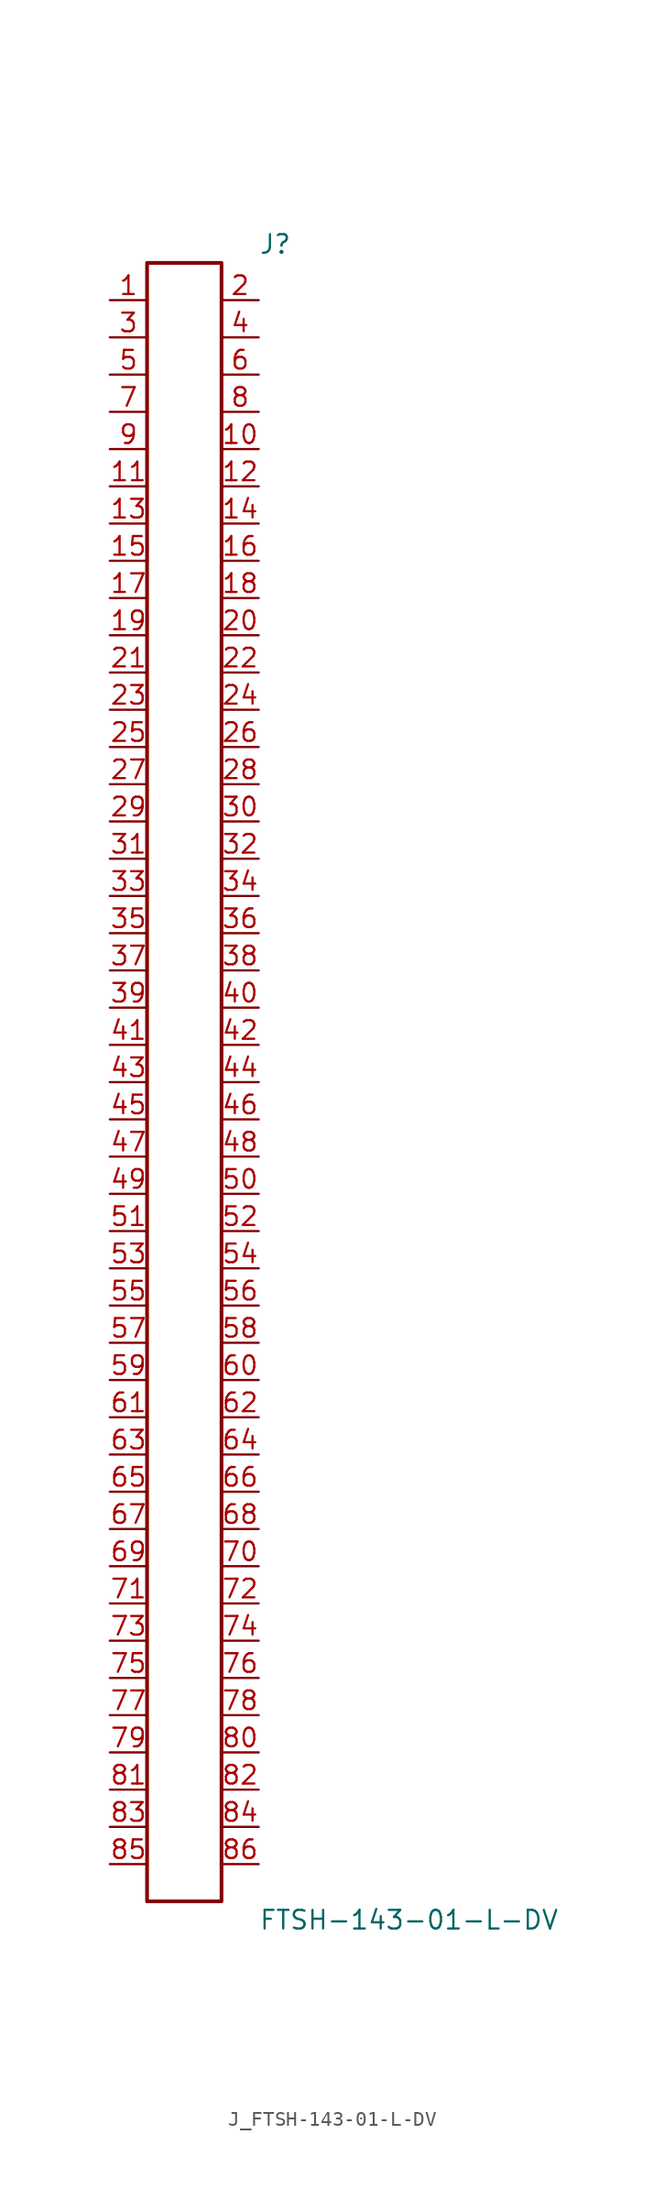
<source format=kicad_sym>
(kicad_symbol_lib
  (version 20231120)
  (generator kicad_symbol_editor)
  (generator_version 8.0)
  (symbol "J_FTSH-143-01-L-DV"
    (pin_names
      (offset 0.254))
    (property "Reference" "J"
      (at 5.08 57.15 0)
      (effects (font (size 1.27 1.27)) (justify left)))
    (property "Value" "FTSH-143-01-L-DV"
      (at 5.08 -57.15 0)
      (effects (font (size 1.27 1.27)) (justify left)))
    (symbol "J_FTSH-143-01-L-DV_0_0"
      (pin passive line (at -5.08 53.34 0) (length 2.54) (name "" (effects (font (size 1.27 1.27)))) (number "1" (effects (font (size 1.27 1.27)))))
      (pin passive line (at 5.08 53.34 180) (length 2.54) (name "" (effects (font (size 1.27 1.27)))) (number "2" (effects (font (size 1.27 1.27)))))
      (pin passive line (at -5.08 50.8 0) (length 2.54) (name "" (effects (font (size 1.27 1.27)))) (number "3" (effects (font (size 1.27 1.27)))))
      (pin passive line (at 5.08 50.8 180) (length 2.54) (name "" (effects (font (size 1.27 1.27)))) (number "4" (effects (font (size 1.27 1.27)))))
      (pin passive line (at -5.08 48.26 0) (length 2.54) (name "" (effects (font (size 1.27 1.27)))) (number "5" (effects (font (size 1.27 1.27)))))
      (pin passive line (at 5.08 48.26 180) (length 2.54) (name "" (effects (font (size 1.27 1.27)))) (number "6" (effects (font (size 1.27 1.27)))))
      (pin passive line (at -5.08 45.72 0) (length 2.54) (name "" (effects (font (size 1.27 1.27)))) (number "7" (effects (font (size 1.27 1.27)))))
      (pin passive line (at 5.08 45.72 180) (length 2.54) (name "" (effects (font (size 1.27 1.27)))) (number "8" (effects (font (size 1.27 1.27)))))
      (pin passive line (at -5.08 43.18 0) (length 2.54) (name "" (effects (font (size 1.27 1.27)))) (number "9" (effects (font (size 1.27 1.27)))))
      (pin passive line (at 5.08 43.18 180) (length 2.54) (name "" (effects (font (size 1.27 1.27)))) (number "10" (effects (font (size 1.27 1.27)))))
      (pin passive line (at -5.08 40.64 0) (length 2.54) (name "" (effects (font (size 1.27 1.27)))) (number "11" (effects (font (size 1.27 1.27)))))
      (pin passive line (at 5.08 40.64 180) (length 2.54) (name "" (effects (font (size 1.27 1.27)))) (number "12" (effects (font (size 1.27 1.27)))))
      (pin passive line (at -5.08 38.1 0) (length 2.54) (name "" (effects (font (size 1.27 1.27)))) (number "13" (effects (font (size 1.27 1.27)))))
      (pin passive line (at 5.08 38.1 180) (length 2.54) (name "" (effects (font (size 1.27 1.27)))) (number "14" (effects (font (size 1.27 1.27)))))
      (pin passive line (at -5.08 35.56 0) (length 2.54) (name "" (effects (font (size 1.27 1.27)))) (number "15" (effects (font (size 1.27 1.27)))))
      (pin passive line (at 5.08 35.56 180) (length 2.54) (name "" (effects (font (size 1.27 1.27)))) (number "16" (effects (font (size 1.27 1.27)))))
      (pin passive line (at -5.08 33.02 0) (length 2.54) (name "" (effects (font (size 1.27 1.27)))) (number "17" (effects (font (size 1.27 1.27)))))
      (pin passive line (at 5.08 33.02 180) (length 2.54) (name "" (effects (font (size 1.27 1.27)))) (number "18" (effects (font (size 1.27 1.27)))))
      (pin passive line (at -5.08 30.48 0) (length 2.54) (name "" (effects (font (size 1.27 1.27)))) (number "19" (effects (font (size 1.27 1.27)))))
      (pin passive line (at 5.08 30.48 180) (length 2.54) (name "" (effects (font (size 1.27 1.27)))) (number "20" (effects (font (size 1.27 1.27)))))
      (pin passive line (at -5.08 27.94 0) (length 2.54) (name "" (effects (font (size 1.27 1.27)))) (number "21" (effects (font (size 1.27 1.27)))))
      (pin passive line (at 5.08 27.94 180) (length 2.54) (name "" (effects (font (size 1.27 1.27)))) (number "22" (effects (font (size 1.27 1.27)))))
      (pin passive line (at -5.08 25.4 0) (length 2.54) (name "" (effects (font (size 1.27 1.27)))) (number "23" (effects (font (size 1.27 1.27)))))
      (pin passive line (at 5.08 25.4 180) (length 2.54) (name "" (effects (font (size 1.27 1.27)))) (number "24" (effects (font (size 1.27 1.27)))))
      (pin passive line (at -5.08 22.86 0) (length 2.54) (name "" (effects (font (size 1.27 1.27)))) (number "25" (effects (font (size 1.27 1.27)))))
      (pin passive line (at 5.08 22.86 180) (length 2.54) (name "" (effects (font (size 1.27 1.27)))) (number "26" (effects (font (size 1.27 1.27)))))
      (pin passive line (at -5.08 20.32 0) (length 2.54) (name "" (effects (font (size 1.27 1.27)))) (number "27" (effects (font (size 1.27 1.27)))))
      (pin passive line (at 5.08 20.32 180) (length 2.54) (name "" (effects (font (size 1.27 1.27)))) (number "28" (effects (font (size 1.27 1.27)))))
      (pin passive line (at -5.08 17.78 0) (length 2.54) (name "" (effects (font (size 1.27 1.27)))) (number "29" (effects (font (size 1.27 1.27)))))
      (pin passive line (at 5.08 17.78 180) (length 2.54) (name "" (effects (font (size 1.27 1.27)))) (number "30" (effects (font (size 1.27 1.27)))))
      (pin passive line (at -5.08 15.24 0) (length 2.54) (name "" (effects (font (size 1.27 1.27)))) (number "31" (effects (font (size 1.27 1.27)))))
      (pin passive line (at 5.08 15.24 180) (length 2.54) (name "" (effects (font (size 1.27 1.27)))) (number "32" (effects (font (size 1.27 1.27)))))
      (pin passive line (at -5.08 12.7 0) (length 2.54) (name "" (effects (font (size 1.27 1.27)))) (number "33" (effects (font (size 1.27 1.27)))))
      (pin passive line (at 5.08 12.7 180) (length 2.54) (name "" (effects (font (size 1.27 1.27)))) (number "34" (effects (font (size 1.27 1.27)))))
      (pin passive line (at -5.08 10.16 0) (length 2.54) (name "" (effects (font (size 1.27 1.27)))) (number "35" (effects (font (size 1.27 1.27)))))
      (pin passive line (at 5.08 10.16 180) (length 2.54) (name "" (effects (font (size 1.27 1.27)))) (number "36" (effects (font (size 1.27 1.27)))))
      (pin passive line (at -5.08 7.62 0) (length 2.54) (name "" (effects (font (size 1.27 1.27)))) (number "37" (effects (font (size 1.27 1.27)))))
      (pin passive line (at 5.08 7.62 180) (length 2.54) (name "" (effects (font (size 1.27 1.27)))) (number "38" (effects (font (size 1.27 1.27)))))
      (pin passive line (at -5.08 5.08 0) (length 2.54) (name "" (effects (font (size 1.27 1.27)))) (number "39" (effects (font (size 1.27 1.27)))))
      (pin passive line (at 5.08 5.08 180) (length 2.54) (name "" (effects (font (size 1.27 1.27)))) (number "40" (effects (font (size 1.27 1.27)))))
      (pin passive line (at -5.08 2.54 0) (length 2.54) (name "" (effects (font (size 1.27 1.27)))) (number "41" (effects (font (size 1.27 1.27)))))
      (pin passive line (at 5.08 2.54 180) (length 2.54) (name "" (effects (font (size 1.27 1.27)))) (number "42" (effects (font (size 1.27 1.27)))))
      (pin passive line (at -5.08 0.0 0) (length 2.54) (name "" (effects (font (size 1.27 1.27)))) (number "43" (effects (font (size 1.27 1.27)))))
      (pin passive line (at 5.08 0.0 180) (length 2.54) (name "" (effects (font (size 1.27 1.27)))) (number "44" (effects (font (size 1.27 1.27)))))
      (pin passive line (at -5.08 -2.54 0) (length 2.54) (name "" (effects (font (size 1.27 1.27)))) (number "45" (effects (font (size 1.27 1.27)))))
      (pin passive line (at 5.08 -2.54 180) (length 2.54) (name "" (effects (font (size 1.27 1.27)))) (number "46" (effects (font (size 1.27 1.27)))))
      (pin passive line (at -5.08 -5.08 0) (length 2.54) (name "" (effects (font (size 1.27 1.27)))) (number "47" (effects (font (size 1.27 1.27)))))
      (pin passive line (at 5.08 -5.08 180) (length 2.54) (name "" (effects (font (size 1.27 1.27)))) (number "48" (effects (font (size 1.27 1.27)))))
      (pin passive line (at -5.08 -7.62 0) (length 2.54) (name "" (effects (font (size 1.27 1.27)))) (number "49" (effects (font (size 1.27 1.27)))))
      (pin passive line (at 5.08 -7.62 180) (length 2.54) (name "" (effects (font (size 1.27 1.27)))) (number "50" (effects (font (size 1.27 1.27)))))
      (pin passive line (at -5.08 -10.16 0) (length 2.54) (name "" (effects (font (size 1.27 1.27)))) (number "51" (effects (font (size 1.27 1.27)))))
      (pin passive line (at 5.08 -10.16 180) (length 2.54) (name "" (effects (font (size 1.27 1.27)))) (number "52" (effects (font (size 1.27 1.27)))))
      (pin passive line (at -5.08 -12.7 0) (length 2.54) (name "" (effects (font (size 1.27 1.27)))) (number "53" (effects (font (size 1.27 1.27)))))
      (pin passive line (at 5.08 -12.7 180) (length 2.54) (name "" (effects (font (size 1.27 1.27)))) (number "54" (effects (font (size 1.27 1.27)))))
      (pin passive line (at -5.08 -15.24 0) (length 2.54) (name "" (effects (font (size 1.27 1.27)))) (number "55" (effects (font (size 1.27 1.27)))))
      (pin passive line (at 5.08 -15.24 180) (length 2.54) (name "" (effects (font (size 1.27 1.27)))) (number "56" (effects (font (size 1.27 1.27)))))
      (pin passive line (at -5.08 -17.78 0) (length 2.54) (name "" (effects (font (size 1.27 1.27)))) (number "57" (effects (font (size 1.27 1.27)))))
      (pin passive line (at 5.08 -17.78 180) (length 2.54) (name "" (effects (font (size 1.27 1.27)))) (number "58" (effects (font (size 1.27 1.27)))))
      (pin passive line (at -5.08 -20.32 0) (length 2.54) (name "" (effects (font (size 1.27 1.27)))) (number "59" (effects (font (size 1.27 1.27)))))
      (pin passive line (at 5.08 -20.32 180) (length 2.54) (name "" (effects (font (size 1.27 1.27)))) (number "60" (effects (font (size 1.27 1.27)))))
      (pin passive line (at -5.08 -22.86 0) (length 2.54) (name "" (effects (font (size 1.27 1.27)))) (number "61" (effects (font (size 1.27 1.27)))))
      (pin passive line (at 5.08 -22.86 180) (length 2.54) (name "" (effects (font (size 1.27 1.27)))) (number "62" (effects (font (size 1.27 1.27)))))
      (pin passive line (at -5.08 -25.4 0) (length 2.54) (name "" (effects (font (size 1.27 1.27)))) (number "63" (effects (font (size 1.27 1.27)))))
      (pin passive line (at 5.08 -25.4 180) (length 2.54) (name "" (effects (font (size 1.27 1.27)))) (number "64" (effects (font (size 1.27 1.27)))))
      (pin passive line (at -5.08 -27.94 0) (length 2.54) (name "" (effects (font (size 1.27 1.27)))) (number "65" (effects (font (size 1.27 1.27)))))
      (pin passive line (at 5.08 -27.94 180) (length 2.54) (name "" (effects (font (size 1.27 1.27)))) (number "66" (effects (font (size 1.27 1.27)))))
      (pin passive line (at -5.08 -30.48 0) (length 2.54) (name "" (effects (font (size 1.27 1.27)))) (number "67" (effects (font (size 1.27 1.27)))))
      (pin passive line (at 5.08 -30.48 180) (length 2.54) (name "" (effects (font (size 1.27 1.27)))) (number "68" (effects (font (size 1.27 1.27)))))
      (pin passive line (at -5.08 -33.02 0) (length 2.54) (name "" (effects (font (size 1.27 1.27)))) (number "69" (effects (font (size 1.27 1.27)))))
      (pin passive line (at 5.08 -33.02 180) (length 2.54) (name "" (effects (font (size 1.27 1.27)))) (number "70" (effects (font (size 1.27 1.27)))))
      (pin passive line (at -5.08 -35.56 0) (length 2.54) (name "" (effects (font (size 1.27 1.27)))) (number "71" (effects (font (size 1.27 1.27)))))
      (pin passive line (at 5.08 -35.56 180) (length 2.54) (name "" (effects (font (size 1.27 1.27)))) (number "72" (effects (font (size 1.27 1.27)))))
      (pin passive line (at -5.08 -38.1 0) (length 2.54) (name "" (effects (font (size 1.27 1.27)))) (number "73" (effects (font (size 1.27 1.27)))))
      (pin passive line (at 5.08 -38.1 180) (length 2.54) (name "" (effects (font (size 1.27 1.27)))) (number "74" (effects (font (size 1.27 1.27)))))
      (pin passive line (at -5.08 -40.64 0) (length 2.54) (name "" (effects (font (size 1.27 1.27)))) (number "75" (effects (font (size 1.27 1.27)))))
      (pin passive line (at 5.08 -40.64 180) (length 2.54) (name "" (effects (font (size 1.27 1.27)))) (number "76" (effects (font (size 1.27 1.27)))))
      (pin passive line (at -5.08 -43.18 0) (length 2.54) (name "" (effects (font (size 1.27 1.27)))) (number "77" (effects (font (size 1.27 1.27)))))
      (pin passive line (at 5.08 -43.18 180) (length 2.54) (name "" (effects (font (size 1.27 1.27)))) (number "78" (effects (font (size 1.27 1.27)))))
      (pin passive line (at -5.08 -45.72 0) (length 2.54) (name "" (effects (font (size 1.27 1.27)))) (number "79" (effects (font (size 1.27 1.27)))))
      (pin passive line (at 5.08 -45.72 180) (length 2.54) (name "" (effects (font (size 1.27 1.27)))) (number "80" (effects (font (size 1.27 1.27)))))
      (pin passive line (at -5.08 -48.26 0) (length 2.54) (name "" (effects (font (size 1.27 1.27)))) (number "81" (effects (font (size 1.27 1.27)))))
      (pin passive line (at 5.08 -48.26 180) (length 2.54) (name "" (effects (font (size 1.27 1.27)))) (number "82" (effects (font (size 1.27 1.27)))))
      (pin passive line (at -5.08 -50.8 0) (length 2.54) (name "" (effects (font (size 1.27 1.27)))) (number "83" (effects (font (size 1.27 1.27)))))
      (pin passive line (at 5.08 -50.8 180) (length 2.54) (name "" (effects (font (size 1.27 1.27)))) (number "84" (effects (font (size 1.27 1.27)))))
      (pin passive line (at -5.08 -53.34 0) (length 2.54) (name "" (effects (font (size 1.27 1.27)))) (number "85" (effects (font (size 1.27 1.27)))))
      (pin passive line (at 5.08 -53.34 180) (length 2.54) (name "" (effects (font (size 1.27 1.27)))) (number "86" (effects (font (size 1.27 1.27))))))
    (symbol "J_FTSH-143-01-L-DV_1_0"
      (rectangle (start -2.54 55.88) (end 2.54 -55.88) (stroke (width 0.254) (type solid)) (fill (type none))))))
</source>
